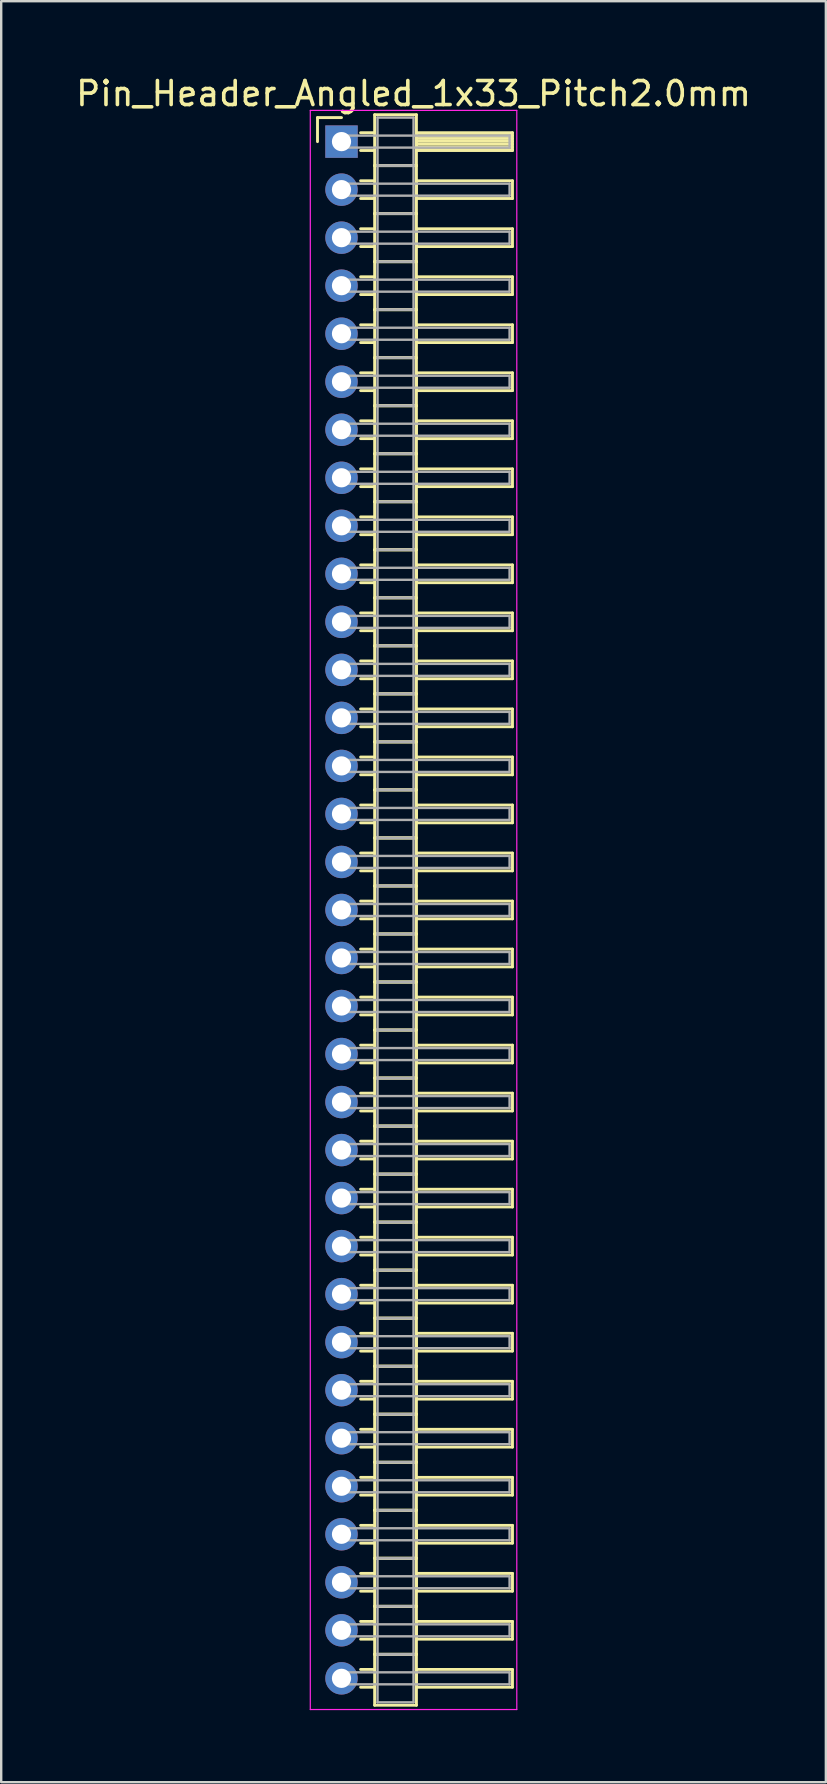
<source format=kicad_pcb>
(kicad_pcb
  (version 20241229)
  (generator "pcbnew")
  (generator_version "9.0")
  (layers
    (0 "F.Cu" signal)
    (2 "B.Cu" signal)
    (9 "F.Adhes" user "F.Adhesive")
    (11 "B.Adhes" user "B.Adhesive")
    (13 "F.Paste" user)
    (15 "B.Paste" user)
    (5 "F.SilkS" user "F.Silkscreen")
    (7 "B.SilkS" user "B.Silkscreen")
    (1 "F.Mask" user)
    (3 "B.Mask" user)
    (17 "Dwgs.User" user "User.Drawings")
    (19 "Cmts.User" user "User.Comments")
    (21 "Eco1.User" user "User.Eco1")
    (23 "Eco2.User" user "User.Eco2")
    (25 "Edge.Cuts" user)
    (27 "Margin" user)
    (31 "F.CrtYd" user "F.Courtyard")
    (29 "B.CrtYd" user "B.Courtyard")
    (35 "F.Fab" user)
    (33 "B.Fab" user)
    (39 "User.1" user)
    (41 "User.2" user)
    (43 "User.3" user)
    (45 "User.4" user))
  (footprint "Pin_Header_Angled_1x33_Pitch2.0mm"
    (layer "F.Cu")
    (at 11.173 2.848)
    (property "Reference" "Pin_Header_Angled_1x33_Pitch2.0mm" (at 3 -2 0) (layer "F.SilkS") (effects (font (size 1 1) (thickness 0.15))))
    (attr through_hole)
    (fp_line (start -1 -1) (end 0 -1) (stroke (width 0.12) (type solid)) (layer "F.SilkS"))
    (fp_line (start -1 0) (end -1 -1) (stroke (width 0.12) (type solid)) (layer "F.SilkS"))
    (fp_line (start 0.795 -0.37) (end 1.38 -0.37) (stroke (width 0.12) (type solid)) (layer "F.SilkS"))
    (fp_line (start 0.795 0.37) (end 1.38 0.37) (stroke (width 0.12) (type solid)) (layer "F.SilkS"))
    (fp_line (start 0.795 1.63) (end 1.38 1.63) (stroke (width 0.12) (type solid)) (layer "F.SilkS"))
    (fp_line (start 0.795 2.37) (end 1.38 2.37) (stroke (width 0.12) (type solid)) (layer "F.SilkS"))
    (fp_line (start 0.795 3.63) (end 1.38 3.63) (stroke (width 0.12) (type solid)) (layer "F.SilkS"))
    (fp_line (start 0.795 4.37) (end 1.38 4.37) (stroke (width 0.12) (type solid)) (layer "F.SilkS"))
    (fp_line (start 0.795 5.63) (end 1.38 5.63) (stroke (width 0.12) (type solid)) (layer "F.SilkS"))
    (fp_line (start 0.795 6.37) (end 1.38 6.37) (stroke (width 0.12) (type solid)) (layer "F.SilkS"))
    (fp_line (start 0.795 7.63) (end 1.38 7.63) (stroke (width 0.12) (type solid)) (layer "F.SilkS"))
    (fp_line (start 0.795 8.37) (end 1.38 8.37) (stroke (width 0.12) (type solid)) (layer "F.SilkS"))
    (fp_line (start 0.795 9.63) (end 1.38 9.63) (stroke (width 0.12) (type solid)) (layer "F.SilkS"))
    (fp_line (start 0.795 10.37) (end 1.38 10.37) (stroke (width 0.12) (type solid)) (layer "F.SilkS"))
    (fp_line (start 0.795 11.63) (end 1.38 11.63) (stroke (width 0.12) (type solid)) (layer "F.SilkS"))
    (fp_line (start 0.795 12.37) (end 1.38 12.37) (stroke (width 0.12) (type solid)) (layer "F.SilkS"))
    (fp_line (start 0.795 13.63) (end 1.38 13.63) (stroke (width 0.12) (type solid)) (layer "F.SilkS"))
    (fp_line (start 0.795 14.37) (end 1.38 14.37) (stroke (width 0.12) (type solid)) (layer "F.SilkS"))
    (fp_line (start 0.795 15.63) (end 1.38 15.63) (stroke (width 0.12) (type solid)) (layer "F.SilkS"))
    (fp_line (start 0.795 16.37) (end 1.38 16.37) (stroke (width 0.12) (type solid)) (layer "F.SilkS"))
    (fp_line (start 0.795 17.63) (end 1.38 17.63) (stroke (width 0.12) (type solid)) (layer "F.SilkS"))
    (fp_line (start 0.795 18.37) (end 1.38 18.37) (stroke (width 0.12) (type solid)) (layer "F.SilkS"))
    (fp_line (start 0.795 19.63) (end 1.38 19.63) (stroke (width 0.12) (type solid)) (layer "F.SilkS"))
    (fp_line (start 0.795 20.37) (end 1.38 20.37) (stroke (width 0.12) (type solid)) (layer "F.SilkS"))
    (fp_line (start 0.795 21.63) (end 1.38 21.63) (stroke (width 0.12) (type solid)) (layer "F.SilkS"))
    (fp_line (start 0.795 22.37) (end 1.38 22.37) (stroke (width 0.12) (type solid)) (layer "F.SilkS"))
    (fp_line (start 0.795 23.63) (end 1.38 23.63) (stroke (width 0.12) (type solid)) (layer "F.SilkS"))
    (fp_line (start 0.795 24.37) (end 1.38 24.37) (stroke (width 0.12) (type solid)) (layer "F.SilkS"))
    (fp_line (start 0.795 25.63) (end 1.38 25.63) (stroke (width 0.12) (type solid)) (layer "F.SilkS"))
    (fp_line (start 0.795 26.37) (end 1.38 26.37) (stroke (width 0.12) (type solid)) (layer "F.SilkS"))
    (fp_line (start 0.795 27.63) (end 1.38 27.63) (stroke (width 0.12) (type solid)) (layer "F.SilkS"))
    (fp_line (start 0.795 28.37) (end 1.38 28.37) (stroke (width 0.12) (type solid)) (layer "F.SilkS"))
    (fp_line (start 0.795 29.63) (end 1.38 29.63) (stroke (width 0.12) (type solid)) (layer "F.SilkS"))
    (fp_line (start 0.795 30.37) (end 1.38 30.37) (stroke (width 0.12) (type solid)) (layer "F.SilkS"))
    (fp_line (start 0.795 31.63) (end 1.38 31.63) (stroke (width 0.12) (type solid)) (layer "F.SilkS"))
    (fp_line (start 0.795 32.37) (end 1.38 32.37) (stroke (width 0.12) (type solid)) (layer "F.SilkS"))
    (fp_line (start 0.795 33.63) (end 1.38 33.63) (stroke (width 0.12) (type solid)) (layer "F.SilkS"))
    (fp_line (start 0.795 34.37) (end 1.38 34.37) (stroke (width 0.12) (type solid)) (layer "F.SilkS"))
    (fp_line (start 0.795 35.63) (end 1.38 35.63) (stroke (width 0.12) (type solid)) (layer "F.SilkS"))
    (fp_line (start 0.795 36.37) (end 1.38 36.37) (stroke (width 0.12) (type solid)) (layer "F.SilkS"))
    (fp_line (start 0.795 37.63) (end 1.38 37.63) (stroke (width 0.12) (type solid)) (layer "F.SilkS"))
    (fp_line (start 0.795 38.37) (end 1.38 38.37) (stroke (width 0.12) (type solid)) (layer "F.SilkS"))
    (fp_line (start 0.795 39.63) (end 1.38 39.63) (stroke (width 0.12) (type solid)) (layer "F.SilkS"))
    (fp_line (start 0.795 40.37) (end 1.38 40.37) (stroke (width 0.12) (type solid)) (layer "F.SilkS"))
    (fp_line (start 0.795 41.63) (end 1.38 41.63) (stroke (width 0.12) (type solid)) (layer "F.SilkS"))
    (fp_line (start 0.795 42.37) (end 1.38 42.37) (stroke (width 0.12) (type solid)) (layer "F.SilkS"))
    (fp_line (start 0.795 43.63) (end 1.38 43.63) (stroke (width 0.12) (type solid)) (layer "F.SilkS"))
    (fp_line (start 0.795 44.37) (end 1.38 44.37) (stroke (width 0.12) (type solid)) (layer "F.SilkS"))
    (fp_line (start 0.795 45.63) (end 1.38 45.63) (stroke (width 0.12) (type solid)) (layer "F.SilkS"))
    (fp_line (start 0.795 46.37) (end 1.38 46.37) (stroke (width 0.12) (type solid)) (layer "F.SilkS"))
    (fp_line (start 0.795 47.63) (end 1.38 47.63) (stroke (width 0.12) (type solid)) (layer "F.SilkS"))
    (fp_line (start 0.795 48.37) (end 1.38 48.37) (stroke (width 0.12) (type solid)) (layer "F.SilkS"))
    (fp_line (start 0.795 49.63) (end 1.38 49.63) (stroke (width 0.12) (type solid)) (layer "F.SilkS"))
    (fp_line (start 0.795 50.37) (end 1.38 50.37) (stroke (width 0.12) (type solid)) (layer "F.SilkS"))
    (fp_line (start 0.795 51.63) (end 1.38 51.63) (stroke (width 0.12) (type solid)) (layer "F.SilkS"))
    (fp_line (start 0.795 52.37) (end 1.38 52.37) (stroke (width 0.12) (type solid)) (layer "F.SilkS"))
    (fp_line (start 0.795 53.63) (end 1.38 53.63) (stroke (width 0.12) (type solid)) (layer "F.SilkS"))
    (fp_line (start 0.795 54.37) (end 1.38 54.37) (stroke (width 0.12) (type solid)) (layer "F.SilkS"))
    (fp_line (start 0.795 55.63) (end 1.38 55.63) (stroke (width 0.12) (type solid)) (layer "F.SilkS"))
    (fp_line (start 0.795 56.37) (end 1.38 56.37) (stroke (width 0.12) (type solid)) (layer "F.SilkS"))
    (fp_line (start 0.795 57.63) (end 1.38 57.63) (stroke (width 0.12) (type solid)) (layer "F.SilkS"))
    (fp_line (start 0.795 58.37) (end 1.38 58.37) (stroke (width 0.12) (type solid)) (layer "F.SilkS"))
    (fp_line (start 0.795 59.63) (end 1.38 59.63) (stroke (width 0.12) (type solid)) (layer "F.SilkS"))
    (fp_line (start 0.795 60.37) (end 1.38 60.37) (stroke (width 0.12) (type solid)) (layer "F.SilkS"))
    (fp_line (start 0.795 61.63) (end 1.38 61.63) (stroke (width 0.12) (type solid)) (layer "F.SilkS"))
    (fp_line (start 0.795 62.37) (end 1.38 62.37) (stroke (width 0.12) (type solid)) (layer "F.SilkS"))
    (fp_line (start 0.795 63.63) (end 1.38 63.63) (stroke (width 0.12) (type solid)) (layer "F.SilkS"))
    (fp_line (start 0.795 64.37) (end 1.38 64.37) (stroke (width 0.12) (type solid)) (layer "F.SilkS"))
    (fp_line (start 1.38 -1.12) (end 1.38 1) (stroke (width 0.12) (type solid)) (layer "F.SilkS"))
    (fp_line (start 1.38 1) (end 1.38 3) (stroke (width 0.12) (type solid)) (layer "F.SilkS"))
    (fp_line (start 1.38 1) (end 3.12 1) (stroke (width 0.12) (type solid)) (layer "F.SilkS"))
    (fp_line (start 1.38 3) (end 1.38 5) (stroke (width 0.12) (type solid)) (layer "F.SilkS"))
    (fp_line (start 1.38 3) (end 3.12 3) (stroke (width 0.12) (type solid)) (layer "F.SilkS"))
    (fp_line (start 1.38 5) (end 1.38 7) (stroke (width 0.12) (type solid)) (layer "F.SilkS"))
    (fp_line (start 1.38 5) (end 3.12 5) (stroke (width 0.12) (type solid)) (layer "F.SilkS"))
    (fp_line (start 1.38 7) (end 1.38 9) (stroke (width 0.12) (type solid)) (layer "F.SilkS"))
    (fp_line (start 1.38 7) (end 3.12 7) (stroke (width 0.12) (type solid)) (layer "F.SilkS"))
    (fp_line (start 1.38 9) (end 1.38 11) (stroke (width 0.12) (type solid)) (layer "F.SilkS"))
    (fp_line (start 1.38 9) (end 3.12 9) (stroke (width 0.12) (type solid)) (layer "F.SilkS"))
    (fp_line (start 1.38 11) (end 1.38 13) (stroke (width 0.12) (type solid)) (layer "F.SilkS"))
    (fp_line (start 1.38 11) (end 3.12 11) (stroke (width 0.12) (type solid)) (layer "F.SilkS"))
    (fp_line (start 1.38 13) (end 1.38 15) (stroke (width 0.12) (type solid)) (layer "F.SilkS"))
    (fp_line (start 1.38 13) (end 3.12 13) (stroke (width 0.12) (type solid)) (layer "F.SilkS"))
    (fp_line (start 1.38 15) (end 1.38 17) (stroke (width 0.12) (type solid)) (layer "F.SilkS"))
    (fp_line (start 1.38 15) (end 3.12 15) (stroke (width 0.12) (type solid)) (layer "F.SilkS"))
    (fp_line (start 1.38 17) (end 1.38 19) (stroke (width 0.12) (type solid)) (layer "F.SilkS"))
    (fp_line (start 1.38 17) (end 3.12 17) (stroke (width 0.12) (type solid)) (layer "F.SilkS"))
    (fp_line (start 1.38 19) (end 1.38 21) (stroke (width 0.12) (type solid)) (layer "F.SilkS"))
    (fp_line (start 1.38 19) (end 3.12 19) (stroke (width 0.12) (type solid)) (layer "F.SilkS"))
    (fp_line (start 1.38 21) (end 1.38 23) (stroke (width 0.12) (type solid)) (layer "F.SilkS"))
    (fp_line (start 1.38 21) (end 3.12 21) (stroke (width 0.12) (type solid)) (layer "F.SilkS"))
    (fp_line (start 1.38 23) (end 1.38 25) (stroke (width 0.12) (type solid)) (layer "F.SilkS"))
    (fp_line (start 1.38 23) (end 3.12 23) (stroke (width 0.12) (type solid)) (layer "F.SilkS"))
    (fp_line (start 1.38 25) (end 1.38 27) (stroke (width 0.12) (type solid)) (layer "F.SilkS"))
    (fp_line (start 1.38 25) (end 3.12 25) (stroke (width 0.12) (type solid)) (layer "F.SilkS"))
    (fp_line (start 1.38 27) (end 1.38 29) (stroke (width 0.12) (type solid)) (layer "F.SilkS"))
    (fp_line (start 1.38 27) (end 3.12 27) (stroke (width 0.12) (type solid)) (layer "F.SilkS"))
    (fp_line (start 1.38 29) (end 1.38 31) (stroke (width 0.12) (type solid)) (layer "F.SilkS"))
    (fp_line (start 1.38 29) (end 3.12 29) (stroke (width 0.12) (type solid)) (layer "F.SilkS"))
    (fp_line (start 1.38 31) (end 1.38 33) (stroke (width 0.12) (type solid)) (layer "F.SilkS"))
    (fp_line (start 1.38 31) (end 3.12 31) (stroke (width 0.12) (type solid)) (layer "F.SilkS"))
    (fp_line (start 1.38 33) (end 1.38 35) (stroke (width 0.12) (type solid)) (layer "F.SilkS"))
    (fp_line (start 1.38 33) (end 3.12 33) (stroke (width 0.12) (type solid)) (layer "F.SilkS"))
    (fp_line (start 1.38 35) (end 1.38 37) (stroke (width 0.12) (type solid)) (layer "F.SilkS"))
    (fp_line (start 1.38 35) (end 3.12 35) (stroke (width 0.12) (type solid)) (layer "F.SilkS"))
    (fp_line (start 1.38 37) (end 1.38 39) (stroke (width 0.12) (type solid)) (layer "F.SilkS"))
    (fp_line (start 1.38 37) (end 3.12 37) (stroke (width 0.12) (type solid)) (layer "F.SilkS"))
    (fp_line (start 1.38 39) (end 1.38 41) (stroke (width 0.12) (type solid)) (layer "F.SilkS"))
    (fp_line (start 1.38 39) (end 3.12 39) (stroke (width 0.12) (type solid)) (layer "F.SilkS"))
    (fp_line (start 1.38 41) (end 1.38 43) (stroke (width 0.12) (type solid)) (layer "F.SilkS"))
    (fp_line (start 1.38 41) (end 3.12 41) (stroke (width 0.12) (type solid)) (layer "F.SilkS"))
    (fp_line (start 1.38 43) (end 1.38 45) (stroke (width 0.12) (type solid)) (layer "F.SilkS"))
    (fp_line (start 1.38 43) (end 3.12 43) (stroke (width 0.12) (type solid)) (layer "F.SilkS"))
    (fp_line (start 1.38 45) (end 1.38 47) (stroke (width 0.12) (type solid)) (layer "F.SilkS"))
    (fp_line (start 1.38 45) (end 3.12 45) (stroke (width 0.12) (type solid)) (layer "F.SilkS"))
    (fp_line (start 1.38 47) (end 1.38 49) (stroke (width 0.12) (type solid)) (layer "F.SilkS"))
    (fp_line (start 1.38 47) (end 3.12 47) (stroke (width 0.12) (type solid)) (layer "F.SilkS"))
    (fp_line (start 1.38 49) (end 1.38 51) (stroke (width 0.12) (type solid)) (layer "F.SilkS"))
    (fp_line (start 1.38 49) (end 3.12 49) (stroke (width 0.12) (type solid)) (layer "F.SilkS"))
    (fp_line (start 1.38 51) (end 1.38 53) (stroke (width 0.12) (type solid)) (layer "F.SilkS"))
    (fp_line (start 1.38 51) (end 3.12 51) (stroke (width 0.12) (type solid)) (layer "F.SilkS"))
    (fp_line (start 1.38 53) (end 1.38 55) (stroke (width 0.12) (type solid)) (layer "F.SilkS"))
    (fp_line (start 1.38 53) (end 3.12 53) (stroke (width 0.12) (type solid)) (layer "F.SilkS"))
    (fp_line (start 1.38 55) (end 1.38 57) (stroke (width 0.12) (type solid)) (layer "F.SilkS"))
    (fp_line (start 1.38 55) (end 3.12 55) (stroke (width 0.12) (type solid)) (layer "F.SilkS"))
    (fp_line (start 1.38 57) (end 1.38 59) (stroke (width 0.12) (type solid)) (layer "F.SilkS"))
    (fp_line (start 1.38 57) (end 3.12 57) (stroke (width 0.12) (type solid)) (layer "F.SilkS"))
    (fp_line (start 1.38 59) (end 1.38 61) (stroke (width 0.12) (type solid)) (layer "F.SilkS"))
    (fp_line (start 1.38 59) (end 3.12 59) (stroke (width 0.12) (type solid)) (layer "F.SilkS"))
    (fp_line (start 1.38 61) (end 1.38 63) (stroke (width 0.12) (type solid)) (layer "F.SilkS"))
    (fp_line (start 1.38 61) (end 3.12 61) (stroke (width 0.12) (type solid)) (layer "F.SilkS"))
    (fp_line (start 1.38 63) (end 1.38 65.12) (stroke (width 0.12) (type solid)) (layer "F.SilkS"))
    (fp_line (start 1.38 63) (end 3.12 63) (stroke (width 0.12) (type solid)) (layer "F.SilkS"))
    (fp_line (start 1.38 65.12) (end 3.12 65.12) (stroke (width 0.12) (type solid)) (layer "F.SilkS"))
    (fp_line (start 3.12 -1.12) (end 1.38 -1.12) (stroke (width 0.12) (type solid)) (layer "F.SilkS"))
    (fp_line (start 3.12 -0.37) (end 3.12 0.37) (stroke (width 0.12) (type solid)) (layer "F.SilkS"))
    (fp_line (start 3.12 -0.25) (end 7.12 -0.25) (stroke (width 0.12) (type solid)) (layer "F.SilkS"))
    (fp_line (start 3.12 -0.13) (end 7.12 -0.13) (stroke (width 0.12) (type solid)) (layer "F.SilkS"))
    (fp_line (start 3.12 -0.01) (end 7.12 -0.01) (stroke (width 0.12) (type solid)) (layer "F.SilkS"))
    (fp_line (start 3.12 0.11) (end 7.12 0.11) (stroke (width 0.12) (type solid)) (layer "F.SilkS"))
    (fp_line (start 3.12 0.23) (end 7.12 0.23) (stroke (width 0.12) (type solid)) (layer "F.SilkS"))
    (fp_line (start 3.12 0.35) (end 7.12 0.35) (stroke (width 0.12) (type solid)) (layer "F.SilkS"))
    (fp_line (start 3.12 0.37) (end 7.12 0.37) (stroke (width 0.12) (type solid)) (layer "F.SilkS"))
    (fp_line (start 3.12 1) (end 1.38 1) (stroke (width 0.12) (type solid)) (layer "F.SilkS"))
    (fp_line (start 3.12 1) (end 3.12 -1.12) (stroke (width 0.12) (type solid)) (layer "F.SilkS"))
    (fp_line (start 3.12 1.63) (end 3.12 2.37) (stroke (width 0.12) (type solid)) (layer "F.SilkS"))
    (fp_line (start 3.12 2.37) (end 7.12 2.37) (stroke (width 0.12) (type solid)) (layer "F.SilkS"))
    (fp_line (start 3.12 3) (end 1.38 3) (stroke (width 0.12) (type solid)) (layer "F.SilkS"))
    (fp_line (start 3.12 3) (end 3.12 1) (stroke (width 0.12) (type solid)) (layer "F.SilkS"))
    (fp_line (start 3.12 3.63) (end 3.12 4.37) (stroke (width 0.12) (type solid)) (layer "F.SilkS"))
    (fp_line (start 3.12 4.37) (end 7.12 4.37) (stroke (width 0.12) (type solid)) (layer "F.SilkS"))
    (fp_line (start 3.12 5) (end 1.38 5) (stroke (width 0.12) (type solid)) (layer "F.SilkS"))
    (fp_line (start 3.12 5) (end 3.12 3) (stroke (width 0.12) (type solid)) (layer "F.SilkS"))
    (fp_line (start 3.12 5.63) (end 3.12 6.37) (stroke (width 0.12) (type solid)) (layer "F.SilkS"))
    (fp_line (start 3.12 6.37) (end 7.12 6.37) (stroke (width 0.12) (type solid)) (layer "F.SilkS"))
    (fp_line (start 3.12 7) (end 1.38 7) (stroke (width 0.12) (type solid)) (layer "F.SilkS"))
    (fp_line (start 3.12 7) (end 3.12 5) (stroke (width 0.12) (type solid)) (layer "F.SilkS"))
    (fp_line (start 3.12 7.63) (end 3.12 8.37) (stroke (width 0.12) (type solid)) (layer "F.SilkS"))
    (fp_line (start 3.12 8.37) (end 7.12 8.37) (stroke (width 0.12) (type solid)) (layer "F.SilkS"))
    (fp_line (start 3.12 9) (end 1.38 9) (stroke (width 0.12) (type solid)) (layer "F.SilkS"))
    (fp_line (start 3.12 9) (end 3.12 7) (stroke (width 0.12) (type solid)) (layer "F.SilkS"))
    (fp_line (start 3.12 9.63) (end 3.12 10.37) (stroke (width 0.12) (type solid)) (layer "F.SilkS"))
    (fp_line (start 3.12 10.37) (end 7.12 10.37) (stroke (width 0.12) (type solid)) (layer "F.SilkS"))
    (fp_line (start 3.12 11) (end 1.38 11) (stroke (width 0.12) (type solid)) (layer "F.SilkS"))
    (fp_line (start 3.12 11) (end 3.12 9) (stroke (width 0.12) (type solid)) (layer "F.SilkS"))
    (fp_line (start 3.12 11.63) (end 3.12 12.37) (stroke (width 0.12) (type solid)) (layer "F.SilkS"))
    (fp_line (start 3.12 12.37) (end 7.12 12.37) (stroke (width 0.12) (type solid)) (layer "F.SilkS"))
    (fp_line (start 3.12 13) (end 1.38 13) (stroke (width 0.12) (type solid)) (layer "F.SilkS"))
    (fp_line (start 3.12 13) (end 3.12 11) (stroke (width 0.12) (type solid)) (layer "F.SilkS"))
    (fp_line (start 3.12 13.63) (end 3.12 14.37) (stroke (width 0.12) (type solid)) (layer "F.SilkS"))
    (fp_line (start 3.12 14.37) (end 7.12 14.37) (stroke (width 0.12) (type solid)) (layer "F.SilkS"))
    (fp_line (start 3.12 15) (end 1.38 15) (stroke (width 0.12) (type solid)) (layer "F.SilkS"))
    (fp_line (start 3.12 15) (end 3.12 13) (stroke (width 0.12) (type solid)) (layer "F.SilkS"))
    (fp_line (start 3.12 15.63) (end 3.12 16.37) (stroke (width 0.12) (type solid)) (layer "F.SilkS"))
    (fp_line (start 3.12 16.37) (end 7.12 16.37) (stroke (width 0.12) (type solid)) (layer "F.SilkS"))
    (fp_line (start 3.12 17) (end 1.38 17) (stroke (width 0.12) (type solid)) (layer "F.SilkS"))
    (fp_line (start 3.12 17) (end 3.12 15) (stroke (width 0.12) (type solid)) (layer "F.SilkS"))
    (fp_line (start 3.12 17.63) (end 3.12 18.37) (stroke (width 0.12) (type solid)) (layer "F.SilkS"))
    (fp_line (start 3.12 18.37) (end 7.12 18.37) (stroke (width 0.12) (type solid)) (layer "F.SilkS"))
    (fp_line (start 3.12 19) (end 1.38 19) (stroke (width 0.12) (type solid)) (layer "F.SilkS"))
    (fp_line (start 3.12 19) (end 3.12 17) (stroke (width 0.12) (type solid)) (layer "F.SilkS"))
    (fp_line (start 3.12 19.63) (end 3.12 20.37) (stroke (width 0.12) (type solid)) (layer "F.SilkS"))
    (fp_line (start 3.12 20.37) (end 7.12 20.37) (stroke (width 0.12) (type solid)) (layer "F.SilkS"))
    (fp_line (start 3.12 21) (end 1.38 21) (stroke (width 0.12) (type solid)) (layer "F.SilkS"))
    (fp_line (start 3.12 21) (end 3.12 19) (stroke (width 0.12) (type solid)) (layer "F.SilkS"))
    (fp_line (start 3.12 21.63) (end 3.12 22.37) (stroke (width 0.12) (type solid)) (layer "F.SilkS"))
    (fp_line (start 3.12 22.37) (end 7.12 22.37) (stroke (width 0.12) (type solid)) (layer "F.SilkS"))
    (fp_line (start 3.12 23) (end 1.38 23) (stroke (width 0.12) (type solid)) (layer "F.SilkS"))
    (fp_line (start 3.12 23) (end 3.12 21) (stroke (width 0.12) (type solid)) (layer "F.SilkS"))
    (fp_line (start 3.12 23.63) (end 3.12 24.37) (stroke (width 0.12) (type solid)) (layer "F.SilkS"))
    (fp_line (start 3.12 24.37) (end 7.12 24.37) (stroke (width 0.12) (type solid)) (layer "F.SilkS"))
    (fp_line (start 3.12 25) (end 1.38 25) (stroke (width 0.12) (type solid)) (layer "F.SilkS"))
    (fp_line (start 3.12 25) (end 3.12 23) (stroke (width 0.12) (type solid)) (layer "F.SilkS"))
    (fp_line (start 3.12 25.63) (end 3.12 26.37) (stroke (width 0.12) (type solid)) (layer "F.SilkS"))
    (fp_line (start 3.12 26.37) (end 7.12 26.37) (stroke (width 0.12) (type solid)) (layer "F.SilkS"))
    (fp_line (start 3.12 27) (end 1.38 27) (stroke (width 0.12) (type solid)) (layer "F.SilkS"))
    (fp_line (start 3.12 27) (end 3.12 25) (stroke (width 0.12) (type solid)) (layer "F.SilkS"))
    (fp_line (start 3.12 27.63) (end 3.12 28.37) (stroke (width 0.12) (type solid)) (layer "F.SilkS"))
    (fp_line (start 3.12 28.37) (end 7.12 28.37) (stroke (width 0.12) (type solid)) (layer "F.SilkS"))
    (fp_line (start 3.12 29) (end 1.38 29) (stroke (width 0.12) (type solid)) (layer "F.SilkS"))
    (fp_line (start 3.12 29) (end 3.12 27) (stroke (width 0.12) (type solid)) (layer "F.SilkS"))
    (fp_line (start 3.12 29.63) (end 3.12 30.37) (stroke (width 0.12) (type solid)) (layer "F.SilkS"))
    (fp_line (start 3.12 30.37) (end 7.12 30.37) (stroke (width 0.12) (type solid)) (layer "F.SilkS"))
    (fp_line (start 3.12 31) (end 1.38 31) (stroke (width 0.12) (type solid)) (layer "F.SilkS"))
    (fp_line (start 3.12 31) (end 3.12 29) (stroke (width 0.12) (type solid)) (layer "F.SilkS"))
    (fp_line (start 3.12 31.63) (end 3.12 32.37) (stroke (width 0.12) (type solid)) (layer "F.SilkS"))
    (fp_line (start 3.12 32.37) (end 7.12 32.37) (stroke (width 0.12) (type solid)) (layer "F.SilkS"))
    (fp_line (start 3.12 33) (end 1.38 33) (stroke (width 0.12) (type solid)) (layer "F.SilkS"))
    (fp_line (start 3.12 33) (end 3.12 31) (stroke (width 0.12) (type solid)) (layer "F.SilkS"))
    (fp_line (start 3.12 33.63) (end 3.12 34.37) (stroke (width 0.12) (type solid)) (layer "F.SilkS"))
    (fp_line (start 3.12 34.37) (end 7.12 34.37) (stroke (width 0.12) (type solid)) (layer "F.SilkS"))
    (fp_line (start 3.12 35) (end 1.38 35) (stroke (width 0.12) (type solid)) (layer "F.SilkS"))
    (fp_line (start 3.12 35) (end 3.12 33) (stroke (width 0.12) (type solid)) (layer "F.SilkS"))
    (fp_line (start 3.12 35.63) (end 3.12 36.37) (stroke (width 0.12) (type solid)) (layer "F.SilkS"))
    (fp_line (start 3.12 36.37) (end 7.12 36.37) (stroke (width 0.12) (type solid)) (layer "F.SilkS"))
    (fp_line (start 3.12 37) (end 1.38 37) (stroke (width 0.12) (type solid)) (layer "F.SilkS"))
    (fp_line (start 3.12 37) (end 3.12 35) (stroke (width 0.12) (type solid)) (layer "F.SilkS"))
    (fp_line (start 3.12 37.63) (end 3.12 38.37) (stroke (width 0.12) (type solid)) (layer "F.SilkS"))
    (fp_line (start 3.12 38.37) (end 7.12 38.37) (stroke (width 0.12) (type solid)) (layer "F.SilkS"))
    (fp_line (start 3.12 39) (end 1.38 39) (stroke (width 0.12) (type solid)) (layer "F.SilkS"))
    (fp_line (start 3.12 39) (end 3.12 37) (stroke (width 0.12) (type solid)) (layer "F.SilkS"))
    (fp_line (start 3.12 39.63) (end 3.12 40.37) (stroke (width 0.12) (type solid)) (layer "F.SilkS"))
    (fp_line (start 3.12 40.37) (end 7.12 40.37) (stroke (width 0.12) (type solid)) (layer "F.SilkS"))
    (fp_line (start 3.12 41) (end 1.38 41) (stroke (width 0.12) (type solid)) (layer "F.SilkS"))
    (fp_line (start 3.12 41) (end 3.12 39) (stroke (width 0.12) (type solid)) (layer "F.SilkS"))
    (fp_line (start 3.12 41.63) (end 3.12 42.37) (stroke (width 0.12) (type solid)) (layer "F.SilkS"))
    (fp_line (start 3.12 42.37) (end 7.12 42.37) (stroke (width 0.12) (type solid)) (layer "F.SilkS"))
    (fp_line (start 3.12 43) (end 1.38 43) (stroke (width 0.12) (type solid)) (layer "F.SilkS"))
    (fp_line (start 3.12 43) (end 3.12 41) (stroke (width 0.12) (type solid)) (layer "F.SilkS"))
    (fp_line (start 3.12 43.63) (end 3.12 44.37) (stroke (width 0.12) (type solid)) (layer "F.SilkS"))
    (fp_line (start 3.12 44.37) (end 7.12 44.37) (stroke (width 0.12) (type solid)) (layer "F.SilkS"))
    (fp_line (start 3.12 45) (end 1.38 45) (stroke (width 0.12) (type solid)) (layer "F.SilkS"))
    (fp_line (start 3.12 45) (end 3.12 43) (stroke (width 0.12) (type solid)) (layer "F.SilkS"))
    (fp_line (start 3.12 45.63) (end 3.12 46.37) (stroke (width 0.12) (type solid)) (layer "F.SilkS"))
    (fp_line (start 3.12 46.37) (end 7.12 46.37) (stroke (width 0.12) (type solid)) (layer "F.SilkS"))
    (fp_line (start 3.12 47) (end 1.38 47) (stroke (width 0.12) (type solid)) (layer "F.SilkS"))
    (fp_line (start 3.12 47) (end 3.12 45) (stroke (width 0.12) (type solid)) (layer "F.SilkS"))
    (fp_line (start 3.12 47.63) (end 3.12 48.37) (stroke (width 0.12) (type solid)) (layer "F.SilkS"))
    (fp_line (start 3.12 48.37) (end 7.12 48.37) (stroke (width 0.12) (type solid)) (layer "F.SilkS"))
    (fp_line (start 3.12 49) (end 1.38 49) (stroke (width 0.12) (type solid)) (layer "F.SilkS"))
    (fp_line (start 3.12 49) (end 3.12 47) (stroke (width 0.12) (type solid)) (layer "F.SilkS"))
    (fp_line (start 3.12 49.63) (end 3.12 50.37) (stroke (width 0.12) (type solid)) (layer "F.SilkS"))
    (fp_line (start 3.12 50.37) (end 7.12 50.37) (stroke (width 0.12) (type solid)) (layer "F.SilkS"))
    (fp_line (start 3.12 51) (end 1.38 51) (stroke (width 0.12) (type solid)) (layer "F.SilkS"))
    (fp_line (start 3.12 51) (end 3.12 49) (stroke (width 0.12) (type solid)) (layer "F.SilkS"))
    (fp_line (start 3.12 51.63) (end 3.12 52.37) (stroke (width 0.12) (type solid)) (layer "F.SilkS"))
    (fp_line (start 3.12 52.37) (end 7.12 52.37) (stroke (width 0.12) (type solid)) (layer "F.SilkS"))
    (fp_line (start 3.12 53) (end 1.38 53) (stroke (width 0.12) (type solid)) (layer "F.SilkS"))
    (fp_line (start 3.12 53) (end 3.12 51) (stroke (width 0.12) (type solid)) (layer "F.SilkS"))
    (fp_line (start 3.12 53.63) (end 3.12 54.37) (stroke (width 0.12) (type solid)) (layer "F.SilkS"))
    (fp_line (start 3.12 54.37) (end 7.12 54.37) (stroke (width 0.12) (type solid)) (layer "F.SilkS"))
    (fp_line (start 3.12 55) (end 1.38 55) (stroke (width 0.12) (type solid)) (layer "F.SilkS"))
    (fp_line (start 3.12 55) (end 3.12 53) (stroke (width 0.12) (type solid)) (layer "F.SilkS"))
    (fp_line (start 3.12 55.63) (end 3.12 56.37) (stroke (width 0.12) (type solid)) (layer "F.SilkS"))
    (fp_line (start 3.12 56.37) (end 7.12 56.37) (stroke (width 0.12) (type solid)) (layer "F.SilkS"))
    (fp_line (start 3.12 57) (end 1.38 57) (stroke (width 0.12) (type solid)) (layer "F.SilkS"))
    (fp_line (start 3.12 57) (end 3.12 55) (stroke (width 0.12) (type solid)) (layer "F.SilkS"))
    (fp_line (start 3.12 57.63) (end 3.12 58.37) (stroke (width 0.12) (type solid)) (layer "F.SilkS"))
    (fp_line (start 3.12 58.37) (end 7.12 58.37) (stroke (width 0.12) (type solid)) (layer "F.SilkS"))
    (fp_line (start 3.12 59) (end 1.38 59) (stroke (width 0.12) (type solid)) (layer "F.SilkS"))
    (fp_line (start 3.12 59) (end 3.12 57) (stroke (width 0.12) (type solid)) (layer "F.SilkS"))
    (fp_line (start 3.12 59.63) (end 3.12 60.37) (stroke (width 0.12) (type solid)) (layer "F.SilkS"))
    (fp_line (start 3.12 60.37) (end 7.12 60.37) (stroke (width 0.12) (type solid)) (layer "F.SilkS"))
    (fp_line (start 3.12 61) (end 1.38 61) (stroke (width 0.12) (type solid)) (layer "F.SilkS"))
    (fp_line (start 3.12 61) (end 3.12 59) (stroke (width 0.12) (type solid)) (layer "F.SilkS"))
    (fp_line (start 3.12 61.63) (end 3.12 62.37) (stroke (width 0.12) (type solid)) (layer "F.SilkS"))
    (fp_line (start 3.12 62.37) (end 7.12 62.37) (stroke (width 0.12) (type solid)) (layer "F.SilkS"))
    (fp_line (start 3.12 63) (end 1.38 63) (stroke (width 0.12) (type solid)) (layer "F.SilkS"))
    (fp_line (start 3.12 63) (end 3.12 61) (stroke (width 0.12) (type solid)) (layer "F.SilkS"))
    (fp_line (start 3.12 63.63) (end 3.12 64.37) (stroke (width 0.12) (type solid)) (layer "F.SilkS"))
    (fp_line (start 3.12 64.37) (end 7.12 64.37) (stroke (width 0.12) (type solid)) (layer "F.SilkS"))
    (fp_line (start 3.12 65.12) (end 3.12 63) (stroke (width 0.12) (type solid)) (layer "F.SilkS"))
    (fp_line (start 7.12 -0.37) (end 3.12 -0.37) (stroke (width 0.12) (type solid)) (layer "F.SilkS"))
    (fp_line (start 7.12 0.37) (end 7.12 -0.37) (stroke (width 0.12) (type solid)) (layer "F.SilkS"))
    (fp_line (start 7.12 1.63) (end 3.12 1.63) (stroke (width 0.12) (type solid)) (layer "F.SilkS"))
    (fp_line (start 7.12 2.37) (end 7.12 1.63) (stroke (width 0.12) (type solid)) (layer "F.SilkS"))
    (fp_line (start 7.12 3.63) (end 3.12 3.63) (stroke (width 0.12) (type solid)) (layer "F.SilkS"))
    (fp_line (start 7.12 4.37) (end 7.12 3.63) (stroke (width 0.12) (type solid)) (layer "F.SilkS"))
    (fp_line (start 7.12 5.63) (end 3.12 5.63) (stroke (width 0.12) (type solid)) (layer "F.SilkS"))
    (fp_line (start 7.12 6.37) (end 7.12 5.63) (stroke (width 0.12) (type solid)) (layer "F.SilkS"))
    (fp_line (start 7.12 7.63) (end 3.12 7.63) (stroke (width 0.12) (type solid)) (layer "F.SilkS"))
    (fp_line (start 7.12 8.37) (end 7.12 7.63) (stroke (width 0.12) (type solid)) (layer "F.SilkS"))
    (fp_line (start 7.12 9.63) (end 3.12 9.63) (stroke (width 0.12) (type solid)) (layer "F.SilkS"))
    (fp_line (start 7.12 10.37) (end 7.12 9.63) (stroke (width 0.12) (type solid)) (layer "F.SilkS"))
    (fp_line (start 7.12 11.63) (end 3.12 11.63) (stroke (width 0.12) (type solid)) (layer "F.SilkS"))
    (fp_line (start 7.12 12.37) (end 7.12 11.63) (stroke (width 0.12) (type solid)) (layer "F.SilkS"))
    (fp_line (start 7.12 13.63) (end 3.12 13.63) (stroke (width 0.12) (type solid)) (layer "F.SilkS"))
    (fp_line (start 7.12 14.37) (end 7.12 13.63) (stroke (width 0.12) (type solid)) (layer "F.SilkS"))
    (fp_line (start 7.12 15.63) (end 3.12 15.63) (stroke (width 0.12) (type solid)) (layer "F.SilkS"))
    (fp_line (start 7.12 16.37) (end 7.12 15.63) (stroke (width 0.12) (type solid)) (layer "F.SilkS"))
    (fp_line (start 7.12 17.63) (end 3.12 17.63) (stroke (width 0.12) (type solid)) (layer "F.SilkS"))
    (fp_line (start 7.12 18.37) (end 7.12 17.63) (stroke (width 0.12) (type solid)) (layer "F.SilkS"))
    (fp_line (start 7.12 19.63) (end 3.12 19.63) (stroke (width 0.12) (type solid)) (layer "F.SilkS"))
    (fp_line (start 7.12 20.37) (end 7.12 19.63) (stroke (width 0.12) (type solid)) (layer "F.SilkS"))
    (fp_line (start 7.12 21.63) (end 3.12 21.63) (stroke (width 0.12) (type solid)) (layer "F.SilkS"))
    (fp_line (start 7.12 22.37) (end 7.12 21.63) (stroke (width 0.12) (type solid)) (layer "F.SilkS"))
    (fp_line (start 7.12 23.63) (end 3.12 23.63) (stroke (width 0.12) (type solid)) (layer "F.SilkS"))
    (fp_line (start 7.12 24.37) (end 7.12 23.63) (stroke (width 0.12) (type solid)) (layer "F.SilkS"))
    (fp_line (start 7.12 25.63) (end 3.12 25.63) (stroke (width 0.12) (type solid)) (layer "F.SilkS"))
    (fp_line (start 7.12 26.37) (end 7.12 25.63) (stroke (width 0.12) (type solid)) (layer "F.SilkS"))
    (fp_line (start 7.12 27.63) (end 3.12 27.63) (stroke (width 0.12) (type solid)) (layer "F.SilkS"))
    (fp_line (start 7.12 28.37) (end 7.12 27.63) (stroke (width 0.12) (type solid)) (layer "F.SilkS"))
    (fp_line (start 7.12 29.63) (end 3.12 29.63) (stroke (width 0.12) (type solid)) (layer "F.SilkS"))
    (fp_line (start 7.12 30.37) (end 7.12 29.63) (stroke (width 0.12) (type solid)) (layer "F.SilkS"))
    (fp_line (start 7.12 31.63) (end 3.12 31.63) (stroke (width 0.12) (type solid)) (layer "F.SilkS"))
    (fp_line (start 7.12 32.37) (end 7.12 31.63) (stroke (width 0.12) (type solid)) (layer "F.SilkS"))
    (fp_line (start 7.12 33.63) (end 3.12 33.63) (stroke (width 0.12) (type solid)) (layer "F.SilkS"))
    (fp_line (start 7.12 34.37) (end 7.12 33.63) (stroke (width 0.12) (type solid)) (layer "F.SilkS"))
    (fp_line (start 7.12 35.63) (end 3.12 35.63) (stroke (width 0.12) (type solid)) (layer "F.SilkS"))
    (fp_line (start 7.12 36.37) (end 7.12 35.63) (stroke (width 0.12) (type solid)) (layer "F.SilkS"))
    (fp_line (start 7.12 37.63) (end 3.12 37.63) (stroke (width 0.12) (type solid)) (layer "F.SilkS"))
    (fp_line (start 7.12 38.37) (end 7.12 37.63) (stroke (width 0.12) (type solid)) (layer "F.SilkS"))
    (fp_line (start 7.12 39.63) (end 3.12 39.63) (stroke (width 0.12) (type solid)) (layer "F.SilkS"))
    (fp_line (start 7.12 40.37) (end 7.12 39.63) (stroke (width 0.12) (type solid)) (layer "F.SilkS"))
    (fp_line (start 7.12 41.63) (end 3.12 41.63) (stroke (width 0.12) (type solid)) (layer "F.SilkS"))
    (fp_line (start 7.12 42.37) (end 7.12 41.63) (stroke (width 0.12) (type solid)) (layer "F.SilkS"))
    (fp_line (start 7.12 43.63) (end 3.12 43.63) (stroke (width 0.12) (type solid)) (layer "F.SilkS"))
    (fp_line (start 7.12 44.37) (end 7.12 43.63) (stroke (width 0.12) (type solid)) (layer "F.SilkS"))
    (fp_line (start 7.12 45.63) (end 3.12 45.63) (stroke (width 0.12) (type solid)) (layer "F.SilkS"))
    (fp_line (start 7.12 46.37) (end 7.12 45.63) (stroke (width 0.12) (type solid)) (layer "F.SilkS"))
    (fp_line (start 7.12 47.63) (end 3.12 47.63) (stroke (width 0.12) (type solid)) (layer "F.SilkS"))
    (fp_line (start 7.12 48.37) (end 7.12 47.63) (stroke (width 0.12) (type solid)) (layer "F.SilkS"))
    (fp_line (start 7.12 49.63) (end 3.12 49.63) (stroke (width 0.12) (type solid)) (layer "F.SilkS"))
    (fp_line (start 7.12 50.37) (end 7.12 49.63) (stroke (width 0.12) (type solid)) (layer "F.SilkS"))
    (fp_line (start 7.12 51.63) (end 3.12 51.63) (stroke (width 0.12) (type solid)) (layer "F.SilkS"))
    (fp_line (start 7.12 52.37) (end 7.12 51.63) (stroke (width 0.12) (type solid)) (layer "F.SilkS"))
    (fp_line (start 7.12 53.63) (end 3.12 53.63) (stroke (width 0.12) (type solid)) (layer "F.SilkS"))
    (fp_line (start 7.12 54.37) (end 7.12 53.63) (stroke (width 0.12) (type solid)) (layer "F.SilkS"))
    (fp_line (start 7.12 55.63) (end 3.12 55.63) (stroke (width 0.12) (type solid)) (layer "F.SilkS"))
    (fp_line (start 7.12 56.37) (end 7.12 55.63) (stroke (width 0.12) (type solid)) (layer "F.SilkS"))
    (fp_line (start 7.12 57.63) (end 3.12 57.63) (stroke (width 0.12) (type solid)) (layer "F.SilkS"))
    (fp_line (start 7.12 58.37) (end 7.12 57.63) (stroke (width 0.12) (type solid)) (layer "F.SilkS"))
    (fp_line (start 7.12 59.63) (end 3.12 59.63) (stroke (width 0.12) (type solid)) (layer "F.SilkS"))
    (fp_line (start 7.12 60.37) (end 7.12 59.63) (stroke (width 0.12) (type solid)) (layer "F.SilkS"))
    (fp_line (start 7.12 61.63) (end 3.12 61.63) (stroke (width 0.12) (type solid)) (layer "F.SilkS"))
    (fp_line (start 7.12 62.37) (end 7.12 61.63) (stroke (width 0.12) (type solid)) (layer "F.SilkS"))
    (fp_line (start 7.12 63.63) (end 3.12 63.63) (stroke (width 0.12) (type solid)) (layer "F.SilkS"))
    (fp_line (start 7.12 64.37) (end 7.12 63.63) (stroke (width 0.12) (type solid)) (layer "F.SilkS"))
    (fp_line (start -1.3 -1.3) (end -1.3 65.3) (stroke (width 0.05) (type solid)) (layer "F.CrtYd"))
    (fp_line (start -1.3 65.3) (end 7.3 65.3) (stroke (width 0.05) (type solid)) (layer "F.CrtYd"))
    (fp_line (start 7.3 -1.3) (end -1.3 -1.3) (stroke (width 0.05) (type solid)) (layer "F.CrtYd"))
    (fp_line (start 7.3 65.3) (end 7.3 -1.3) (stroke (width 0.05) (type solid)) (layer "F.CrtYd"))
    (fp_line (start 0 -0.25) (end 0 0.25) (stroke (width 0.1) (type solid)) (layer "F.Fab"))
    (fp_line (start 0 0.25) (end 7 0.25) (stroke (width 0.1) (type solid)) (layer "F.Fab"))
    (fp_line (start 0 1.75) (end 0 2.25) (stroke (width 0.1) (type solid)) (layer "F.Fab"))
    (fp_line (start 0 2.25) (end 7 2.25) (stroke (width 0.1) (type solid)) (layer "F.Fab"))
    (fp_line (start 0 3.75) (end 0 4.25) (stroke (width 0.1) (type solid)) (layer "F.Fab"))
    (fp_line (start 0 4.25) (end 7 4.25) (stroke (width 0.1) (type solid)) (layer "F.Fab"))
    (fp_line (start 0 5.75) (end 0 6.25) (stroke (width 0.1) (type solid)) (layer "F.Fab"))
    (fp_line (start 0 6.25) (end 7 6.25) (stroke (width 0.1) (type solid)) (layer "F.Fab"))
    (fp_line (start 0 7.75) (end 0 8.25) (stroke (width 0.1) (type solid)) (layer "F.Fab"))
    (fp_line (start 0 8.25) (end 7 8.25) (stroke (width 0.1) (type solid)) (layer "F.Fab"))
    (fp_line (start 0 9.75) (end 0 10.25) (stroke (width 0.1) (type solid)) (layer "F.Fab"))
    (fp_line (start 0 10.25) (end 7 10.25) (stroke (width 0.1) (type solid)) (layer "F.Fab"))
    (fp_line (start 0 11.75) (end 0 12.25) (stroke (width 0.1) (type solid)) (layer "F.Fab"))
    (fp_line (start 0 12.25) (end 7 12.25) (stroke (width 0.1) (type solid)) (layer "F.Fab"))
    (fp_line (start 0 13.75) (end 0 14.25) (stroke (width 0.1) (type solid)) (layer "F.Fab"))
    (fp_line (start 0 14.25) (end 7 14.25) (stroke (width 0.1) (type solid)) (layer "F.Fab"))
    (fp_line (start 0 15.75) (end 0 16.25) (stroke (width 0.1) (type solid)) (layer "F.Fab"))
    (fp_line (start 0 16.25) (end 7 16.25) (stroke (width 0.1) (type solid)) (layer "F.Fab"))
    (fp_line (start 0 17.75) (end 0 18.25) (stroke (width 0.1) (type solid)) (layer "F.Fab"))
    (fp_line (start 0 18.25) (end 7 18.25) (stroke (width 0.1) (type solid)) (layer "F.Fab"))
    (fp_line (start 0 19.75) (end 0 20.25) (stroke (width 0.1) (type solid)) (layer "F.Fab"))
    (fp_line (start 0 20.25) (end 7 20.25) (stroke (width 0.1) (type solid)) (layer "F.Fab"))
    (fp_line (start 0 21.75) (end 0 22.25) (stroke (width 0.1) (type solid)) (layer "F.Fab"))
    (fp_line (start 0 22.25) (end 7 22.25) (stroke (width 0.1) (type solid)) (layer "F.Fab"))
    (fp_line (start 0 23.75) (end 0 24.25) (stroke (width 0.1) (type solid)) (layer "F.Fab"))
    (fp_line (start 0 24.25) (end 7 24.25) (stroke (width 0.1) (type solid)) (layer "F.Fab"))
    (fp_line (start 0 25.75) (end 0 26.25) (stroke (width 0.1) (type solid)) (layer "F.Fab"))
    (fp_line (start 0 26.25) (end 7 26.25) (stroke (width 0.1) (type solid)) (layer "F.Fab"))
    (fp_line (start 0 27.75) (end 0 28.25) (stroke (width 0.1) (type solid)) (layer "F.Fab"))
    (fp_line (start 0 28.25) (end 7 28.25) (stroke (width 0.1) (type solid)) (layer "F.Fab"))
    (fp_line (start 0 29.75) (end 0 30.25) (stroke (width 0.1) (type solid)) (layer "F.Fab"))
    (fp_line (start 0 30.25) (end 7 30.25) (stroke (width 0.1) (type solid)) (layer "F.Fab"))
    (fp_line (start 0 31.75) (end 0 32.25) (stroke (width 0.1) (type solid)) (layer "F.Fab"))
    (fp_line (start 0 32.25) (end 7 32.25) (stroke (width 0.1) (type solid)) (layer "F.Fab"))
    (fp_line (start 0 33.75) (end 0 34.25) (stroke (width 0.1) (type solid)) (layer "F.Fab"))
    (fp_line (start 0 34.25) (end 7 34.25) (stroke (width 0.1) (type solid)) (layer "F.Fab"))
    (fp_line (start 0 35.75) (end 0 36.25) (stroke (width 0.1) (type solid)) (layer "F.Fab"))
    (fp_line (start 0 36.25) (end 7 36.25) (stroke (width 0.1) (type solid)) (layer "F.Fab"))
    (fp_line (start 0 37.75) (end 0 38.25) (stroke (width 0.1) (type solid)) (layer "F.Fab"))
    (fp_line (start 0 38.25) (end 7 38.25) (stroke (width 0.1) (type solid)) (layer "F.Fab"))
    (fp_line (start 0 39.75) (end 0 40.25) (stroke (width 0.1) (type solid)) (layer "F.Fab"))
    (fp_line (start 0 40.25) (end 7 40.25) (stroke (width 0.1) (type solid)) (layer "F.Fab"))
    (fp_line (start 0 41.75) (end 0 42.25) (stroke (width 0.1) (type solid)) (layer "F.Fab"))
    (fp_line (start 0 42.25) (end 7 42.25) (stroke (width 0.1) (type solid)) (layer "F.Fab"))
    (fp_line (start 0 43.75) (end 0 44.25) (stroke (width 0.1) (type solid)) (layer "F.Fab"))
    (fp_line (start 0 44.25) (end 7 44.25) (stroke (width 0.1) (type solid)) (layer "F.Fab"))
    (fp_line (start 0 45.75) (end 0 46.25) (stroke (width 0.1) (type solid)) (layer "F.Fab"))
    (fp_line (start 0 46.25) (end 7 46.25) (stroke (width 0.1) (type solid)) (layer "F.Fab"))
    (fp_line (start 0 47.75) (end 0 48.25) (stroke (width 0.1) (type solid)) (layer "F.Fab"))
    (fp_line (start 0 48.25) (end 7 48.25) (stroke (width 0.1) (type solid)) (layer "F.Fab"))
    (fp_line (start 0 49.75) (end 0 50.25) (stroke (width 0.1) (type solid)) (layer "F.Fab"))
    (fp_line (start 0 50.25) (end 7 50.25) (stroke (width 0.1) (type solid)) (layer "F.Fab"))
    (fp_line (start 0 51.75) (end 0 52.25) (stroke (width 0.1) (type solid)) (layer "F.Fab"))
    (fp_line (start 0 52.25) (end 7 52.25) (stroke (width 0.1) (type solid)) (layer "F.Fab"))
    (fp_line (start 0 53.75) (end 0 54.25) (stroke (width 0.1) (type solid)) (layer "F.Fab"))
    (fp_line (start 0 54.25) (end 7 54.25) (stroke (width 0.1) (type solid)) (layer "F.Fab"))
    (fp_line (start 0 55.75) (end 0 56.25) (stroke (width 0.1) (type solid)) (layer "F.Fab"))
    (fp_line (start 0 56.25) (end 7 56.25) (stroke (width 0.1) (type solid)) (layer "F.Fab"))
    (fp_line (start 0 57.75) (end 0 58.25) (stroke (width 0.1) (type solid)) (layer "F.Fab"))
    (fp_line (start 0 58.25) (end 7 58.25) (stroke (width 0.1) (type solid)) (layer "F.Fab"))
    (fp_line (start 0 59.75) (end 0 60.25) (stroke (width 0.1) (type solid)) (layer "F.Fab"))
    (fp_line (start 0 60.25) (end 7 60.25) (stroke (width 0.1) (type solid)) (layer "F.Fab"))
    (fp_line (start 0 61.75) (end 0 62.25) (stroke (width 0.1) (type solid)) (layer "F.Fab"))
    (fp_line (start 0 62.25) (end 7 62.25) (stroke (width 0.1) (type solid)) (layer "F.Fab"))
    (fp_line (start 0 63.75) (end 0 64.25) (stroke (width 0.1) (type solid)) (layer "F.Fab"))
    (fp_line (start 0 64.25) (end 7 64.25) (stroke (width 0.1) (type solid)) (layer "F.Fab"))
    (fp_line (start 1.5 -1) (end 1.5 1) (stroke (width 0.1) (type solid)) (layer "F.Fab"))
    (fp_line (start 1.5 1) (end 1.5 3) (stroke (width 0.1) (type solid)) (layer "F.Fab"))
    (fp_line (start 1.5 1) (end 3 1) (stroke (width 0.1) (type solid)) (layer "F.Fab"))
    (fp_line (start 1.5 3) (end 1.5 5) (stroke (width 0.1) (type solid)) (layer "F.Fab"))
    (fp_line (start 1.5 3) (end 3 3) (stroke (width 0.1) (type solid)) (layer "F.Fab"))
    (fp_line (start 1.5 5) (end 1.5 7) (stroke (width 0.1) (type solid)) (layer "F.Fab"))
    (fp_line (start 1.5 5) (end 3 5) (stroke (width 0.1) (type solid)) (layer "F.Fab"))
    (fp_line (start 1.5 7) (end 1.5 9) (stroke (width 0.1) (type solid)) (layer "F.Fab"))
    (fp_line (start 1.5 7) (end 3 7) (stroke (width 0.1) (type solid)) (layer "F.Fab"))
    (fp_line (start 1.5 9) (end 1.5 11) (stroke (width 0.1) (type solid)) (layer "F.Fab"))
    (fp_line (start 1.5 9) (end 3 9) (stroke (width 0.1) (type solid)) (layer "F.Fab"))
    (fp_line (start 1.5 11) (end 1.5 13) (stroke (width 0.1) (type solid)) (layer "F.Fab"))
    (fp_line (start 1.5 11) (end 3 11) (stroke (width 0.1) (type solid)) (layer "F.Fab"))
    (fp_line (start 1.5 13) (end 1.5 15) (stroke (width 0.1) (type solid)) (layer "F.Fab"))
    (fp_line (start 1.5 13) (end 3 13) (stroke (width 0.1) (type solid)) (layer "F.Fab"))
    (fp_line (start 1.5 15) (end 1.5 17) (stroke (width 0.1) (type solid)) (layer "F.Fab"))
    (fp_line (start 1.5 15) (end 3 15) (stroke (width 0.1) (type solid)) (layer "F.Fab"))
    (fp_line (start 1.5 17) (end 1.5 19) (stroke (width 0.1) (type solid)) (layer "F.Fab"))
    (fp_line (start 1.5 17) (end 3 17) (stroke (width 0.1) (type solid)) (layer "F.Fab"))
    (fp_line (start 1.5 19) (end 1.5 21) (stroke (width 0.1) (type solid)) (layer "F.Fab"))
    (fp_line (start 1.5 19) (end 3 19) (stroke (width 0.1) (type solid)) (layer "F.Fab"))
    (fp_line (start 1.5 21) (end 1.5 23) (stroke (width 0.1) (type solid)) (layer "F.Fab"))
    (fp_line (start 1.5 21) (end 3 21) (stroke (width 0.1) (type solid)) (layer "F.Fab"))
    (fp_line (start 1.5 23) (end 1.5 25) (stroke (width 0.1) (type solid)) (layer "F.Fab"))
    (fp_line (start 1.5 23) (end 3 23) (stroke (width 0.1) (type solid)) (layer "F.Fab"))
    (fp_line (start 1.5 25) (end 1.5 27) (stroke (width 0.1) (type solid)) (layer "F.Fab"))
    (fp_line (start 1.5 25) (end 3 25) (stroke (width 0.1) (type solid)) (layer "F.Fab"))
    (fp_line (start 1.5 27) (end 1.5 29) (stroke (width 0.1) (type solid)) (layer "F.Fab"))
    (fp_line (start 1.5 27) (end 3 27) (stroke (width 0.1) (type solid)) (layer "F.Fab"))
    (fp_line (start 1.5 29) (end 1.5 31) (stroke (width 0.1) (type solid)) (layer "F.Fab"))
    (fp_line (start 1.5 29) (end 3 29) (stroke (width 0.1) (type solid)) (layer "F.Fab"))
    (fp_line (start 1.5 31) (end 1.5 33) (stroke (width 0.1) (type solid)) (layer "F.Fab"))
    (fp_line (start 1.5 31) (end 3 31) (stroke (width 0.1) (type solid)) (layer "F.Fab"))
    (fp_line (start 1.5 33) (end 1.5 35) (stroke (width 0.1) (type solid)) (layer "F.Fab"))
    (fp_line (start 1.5 33) (end 3 33) (stroke (width 0.1) (type solid)) (layer "F.Fab"))
    (fp_line (start 1.5 35) (end 1.5 37) (stroke (width 0.1) (type solid)) (layer "F.Fab"))
    (fp_line (start 1.5 35) (end 3 35) (stroke (width 0.1) (type solid)) (layer "F.Fab"))
    (fp_line (start 1.5 37) (end 1.5 39) (stroke (width 0.1) (type solid)) (layer "F.Fab"))
    (fp_line (start 1.5 37) (end 3 37) (stroke (width 0.1) (type solid)) (layer "F.Fab"))
    (fp_line (start 1.5 39) (end 1.5 41) (stroke (width 0.1) (type solid)) (layer "F.Fab"))
    (fp_line (start 1.5 39) (end 3 39) (stroke (width 0.1) (type solid)) (layer "F.Fab"))
    (fp_line (start 1.5 41) (end 1.5 43) (stroke (width 0.1) (type solid)) (layer "F.Fab"))
    (fp_line (start 1.5 41) (end 3 41) (stroke (width 0.1) (type solid)) (layer "F.Fab"))
    (fp_line (start 1.5 43) (end 1.5 45) (stroke (width 0.1) (type solid)) (layer "F.Fab"))
    (fp_line (start 1.5 43) (end 3 43) (stroke (width 0.1) (type solid)) (layer "F.Fab"))
    (fp_line (start 1.5 45) (end 1.5 47) (stroke (width 0.1) (type solid)) (layer "F.Fab"))
    (fp_line (start 1.5 45) (end 3 45) (stroke (width 0.1) (type solid)) (layer "F.Fab"))
    (fp_line (start 1.5 47) (end 1.5 49) (stroke (width 0.1) (type solid)) (layer "F.Fab"))
    (fp_line (start 1.5 47) (end 3 47) (stroke (width 0.1) (type solid)) (layer "F.Fab"))
    (fp_line (start 1.5 49) (end 1.5 51) (stroke (width 0.1) (type solid)) (layer "F.Fab"))
    (fp_line (start 1.5 49) (end 3 49) (stroke (width 0.1) (type solid)) (layer "F.Fab"))
    (fp_line (start 1.5 51) (end 1.5 53) (stroke (width 0.1) (type solid)) (layer "F.Fab"))
    (fp_line (start 1.5 51) (end 3 51) (stroke (width 0.1) (type solid)) (layer "F.Fab"))
    (fp_line (start 1.5 53) (end 1.5 55) (stroke (width 0.1) (type solid)) (layer "F.Fab"))
    (fp_line (start 1.5 53) (end 3 53) (stroke (width 0.1) (type solid)) (layer "F.Fab"))
    (fp_line (start 1.5 55) (end 1.5 57) (stroke (width 0.1) (type solid)) (layer "F.Fab"))
    (fp_line (start 1.5 55) (end 3 55) (stroke (width 0.1) (type solid)) (layer "F.Fab"))
    (fp_line (start 1.5 57) (end 1.5 59) (stroke (width 0.1) (type solid)) (layer "F.Fab"))
    (fp_line (start 1.5 57) (end 3 57) (stroke (width 0.1) (type solid)) (layer "F.Fab"))
    (fp_line (start 1.5 59) (end 1.5 61) (stroke (width 0.1) (type solid)) (layer "F.Fab"))
    (fp_line (start 1.5 59) (end 3 59) (stroke (width 0.1) (type solid)) (layer "F.Fab"))
    (fp_line (start 1.5 61) (end 1.5 63) (stroke (width 0.1) (type solid)) (layer "F.Fab"))
    (fp_line (start 1.5 61) (end 3 61) (stroke (width 0.1) (type solid)) (layer "F.Fab"))
    (fp_line (start 1.5 63) (end 1.5 65) (stroke (width 0.1) (type solid)) (layer "F.Fab"))
    (fp_line (start 1.5 63) (end 3 63) (stroke (width 0.1) (type solid)) (layer "F.Fab"))
    (fp_line (start 1.5 65) (end 3 65) (stroke (width 0.1) (type solid)) (layer "F.Fab"))
    (fp_line (start 3 -1) (end 1.5 -1) (stroke (width 0.1) (type solid)) (layer "F.Fab"))
    (fp_line (start 3 1) (end 1.5 1) (stroke (width 0.1) (type solid)) (layer "F.Fab"))
    (fp_line (start 3 1) (end 3 -1) (stroke (width 0.1) (type solid)) (layer "F.Fab"))
    (fp_line (start 3 3) (end 1.5 3) (stroke (width 0.1) (type solid)) (layer "F.Fab"))
    (fp_line (start 3 3) (end 3 1) (stroke (width 0.1) (type solid)) (layer "F.Fab"))
    (fp_line (start 3 5) (end 1.5 5) (stroke (width 0.1) (type solid)) (layer "F.Fab"))
    (fp_line (start 3 5) (end 3 3) (stroke (width 0.1) (type solid)) (layer "F.Fab"))
    (fp_line (start 3 7) (end 1.5 7) (stroke (width 0.1) (type solid)) (layer "F.Fab"))
    (fp_line (start 3 7) (end 3 5) (stroke (width 0.1) (type solid)) (layer "F.Fab"))
    (fp_line (start 3 9) (end 1.5 9) (stroke (width 0.1) (type solid)) (layer "F.Fab"))
    (fp_line (start 3 9) (end 3 7) (stroke (width 0.1) (type solid)) (layer "F.Fab"))
    (fp_line (start 3 11) (end 1.5 11) (stroke (width 0.1) (type solid)) (layer "F.Fab"))
    (fp_line (start 3 11) (end 3 9) (stroke (width 0.1) (type solid)) (layer "F.Fab"))
    (fp_line (start 3 13) (end 1.5 13) (stroke (width 0.1) (type solid)) (layer "F.Fab"))
    (fp_line (start 3 13) (end 3 11) (stroke (width 0.1) (type solid)) (layer "F.Fab"))
    (fp_line (start 3 15) (end 1.5 15) (stroke (width 0.1) (type solid)) (layer "F.Fab"))
    (fp_line (start 3 15) (end 3 13) (stroke (width 0.1) (type solid)) (layer "F.Fab"))
    (fp_line (start 3 17) (end 1.5 17) (stroke (width 0.1) (type solid)) (layer "F.Fab"))
    (fp_line (start 3 17) (end 3 15) (stroke (width 0.1) (type solid)) (layer "F.Fab"))
    (fp_line (start 3 19) (end 1.5 19) (stroke (width 0.1) (type solid)) (layer "F.Fab"))
    (fp_line (start 3 19) (end 3 17) (stroke (width 0.1) (type solid)) (layer "F.Fab"))
    (fp_line (start 3 21) (end 1.5 21) (stroke (width 0.1) (type solid)) (layer "F.Fab"))
    (fp_line (start 3 21) (end 3 19) (stroke (width 0.1) (type solid)) (layer "F.Fab"))
    (fp_line (start 3 23) (end 1.5 23) (stroke (width 0.1) (type solid)) (layer "F.Fab"))
    (fp_line (start 3 23) (end 3 21) (stroke (width 0.1) (type solid)) (layer "F.Fab"))
    (fp_line (start 3 25) (end 1.5 25) (stroke (width 0.1) (type solid)) (layer "F.Fab"))
    (fp_line (start 3 25) (end 3 23) (stroke (width 0.1) (type solid)) (layer "F.Fab"))
    (fp_line (start 3 27) (end 1.5 27) (stroke (width 0.1) (type solid)) (layer "F.Fab"))
    (fp_line (start 3 27) (end 3 25) (stroke (width 0.1) (type solid)) (layer "F.Fab"))
    (fp_line (start 3 29) (end 1.5 29) (stroke (width 0.1) (type solid)) (layer "F.Fab"))
    (fp_line (start 3 29) (end 3 27) (stroke (width 0.1) (type solid)) (layer "F.Fab"))
    (fp_line (start 3 31) (end 1.5 31) (stroke (width 0.1) (type solid)) (layer "F.Fab"))
    (fp_line (start 3 31) (end 3 29) (stroke (width 0.1) (type solid)) (layer "F.Fab"))
    (fp_line (start 3 33) (end 1.5 33) (stroke (width 0.1) (type solid)) (layer "F.Fab"))
    (fp_line (start 3 33) (end 3 31) (stroke (width 0.1) (type solid)) (layer "F.Fab"))
    (fp_line (start 3 35) (end 1.5 35) (stroke (width 0.1) (type solid)) (layer "F.Fab"))
    (fp_line (start 3 35) (end 3 33) (stroke (width 0.1) (type solid)) (layer "F.Fab"))
    (fp_line (start 3 37) (end 1.5 37) (stroke (width 0.1) (type solid)) (layer "F.Fab"))
    (fp_line (start 3 37) (end 3 35) (stroke (width 0.1) (type solid)) (layer "F.Fab"))
    (fp_line (start 3 39) (end 1.5 39) (stroke (width 0.1) (type solid)) (layer "F.Fab"))
    (fp_line (start 3 39) (end 3 37) (stroke (width 0.1) (type solid)) (layer "F.Fab"))
    (fp_line (start 3 41) (end 1.5 41) (stroke (width 0.1) (type solid)) (layer "F.Fab"))
    (fp_line (start 3 41) (end 3 39) (stroke (width 0.1) (type solid)) (layer "F.Fab"))
    (fp_line (start 3 43) (end 1.5 43) (stroke (width 0.1) (type solid)) (layer "F.Fab"))
    (fp_line (start 3 43) (end 3 41) (stroke (width 0.1) (type solid)) (layer "F.Fab"))
    (fp_line (start 3 45) (end 1.5 45) (stroke (width 0.1) (type solid)) (layer "F.Fab"))
    (fp_line (start 3 45) (end 3 43) (stroke (width 0.1) (type solid)) (layer "F.Fab"))
    (fp_line (start 3 47) (end 1.5 47) (stroke (width 0.1) (type solid)) (layer "F.Fab"))
    (fp_line (start 3 47) (end 3 45) (stroke (width 0.1) (type solid)) (layer "F.Fab"))
    (fp_line (start 3 49) (end 1.5 49) (stroke (width 0.1) (type solid)) (layer "F.Fab"))
    (fp_line (start 3 49) (end 3 47) (stroke (width 0.1) (type solid)) (layer "F.Fab"))
    (fp_line (start 3 51) (end 1.5 51) (stroke (width 0.1) (type solid)) (layer "F.Fab"))
    (fp_line (start 3 51) (end 3 49) (stroke (width 0.1) (type solid)) (layer "F.Fab"))
    (fp_line (start 3 53) (end 1.5 53) (stroke (width 0.1) (type solid)) (layer "F.Fab"))
    (fp_line (start 3 53) (end 3 51) (stroke (width 0.1) (type solid)) (layer "F.Fab"))
    (fp_line (start 3 55) (end 1.5 55) (stroke (width 0.1) (type solid)) (layer "F.Fab"))
    (fp_line (start 3 55) (end 3 53) (stroke (width 0.1) (type solid)) (layer "F.Fab"))
    (fp_line (start 3 57) (end 1.5 57) (stroke (width 0.1) (type solid)) (layer "F.Fab"))
    (fp_line (start 3 57) (end 3 55) (stroke (width 0.1) (type solid)) (layer "F.Fab"))
    (fp_line (start 3 59) (end 1.5 59) (stroke (width 0.1) (type solid)) (layer "F.Fab"))
    (fp_line (start 3 59) (end 3 57) (stroke (width 0.1) (type solid)) (layer "F.Fab"))
    (fp_line (start 3 61) (end 1.5 61) (stroke (width 0.1) (type solid)) (layer "F.Fab"))
    (fp_line (start 3 61) (end 3 59) (stroke (width 0.1) (type solid)) (layer "F.Fab"))
    (fp_line (start 3 63) (end 1.5 63) (stroke (width 0.1) (type solid)) (layer "F.Fab"))
    (fp_line (start 3 63) (end 3 61) (stroke (width 0.1) (type solid)) (layer "F.Fab"))
    (fp_line (start 3 65) (end 3 63) (stroke (width 0.1) (type solid)) (layer "F.Fab"))
    (fp_line (start 7 -0.25) (end 0 -0.25) (stroke (width 0.1) (type solid)) (layer "F.Fab"))
    (fp_line (start 7 0.25) (end 7 -0.25) (stroke (width 0.1) (type solid)) (layer "F.Fab"))
    (fp_line (start 7 1.75) (end 0 1.75) (stroke (width 0.1) (type solid)) (layer "F.Fab"))
    (fp_line (start 7 2.25) (end 7 1.75) (stroke (width 0.1) (type solid)) (layer "F.Fab"))
    (fp_line (start 7 3.75) (end 0 3.75) (stroke (width 0.1) (type solid)) (layer "F.Fab"))
    (fp_line (start 7 4.25) (end 7 3.75) (stroke (width 0.1) (type solid)) (layer "F.Fab"))
    (fp_line (start 7 5.75) (end 0 5.75) (stroke (width 0.1) (type solid)) (layer "F.Fab"))
    (fp_line (start 7 6.25) (end 7 5.75) (stroke (width 0.1) (type solid)) (layer "F.Fab"))
    (fp_line (start 7 7.75) (end 0 7.75) (stroke (width 0.1) (type solid)) (layer "F.Fab"))
    (fp_line (start 7 8.25) (end 7 7.75) (stroke (width 0.1) (type solid)) (layer "F.Fab"))
    (fp_line (start 7 9.75) (end 0 9.75) (stroke (width 0.1) (type solid)) (layer "F.Fab"))
    (fp_line (start 7 10.25) (end 7 9.75) (stroke (width 0.1) (type solid)) (layer "F.Fab"))
    (fp_line (start 7 11.75) (end 0 11.75) (stroke (width 0.1) (type solid)) (layer "F.Fab"))
    (fp_line (start 7 12.25) (end 7 11.75) (stroke (width 0.1) (type solid)) (layer "F.Fab"))
    (fp_line (start 7 13.75) (end 0 13.75) (stroke (width 0.1) (type solid)) (layer "F.Fab"))
    (fp_line (start 7 14.25) (end 7 13.75) (stroke (width 0.1) (type solid)) (layer "F.Fab"))
    (fp_line (start 7 15.75) (end 0 15.75) (stroke (width 0.1) (type solid)) (layer "F.Fab"))
    (fp_line (start 7 16.25) (end 7 15.75) (stroke (width 0.1) (type solid)) (layer "F.Fab"))
    (fp_line (start 7 17.75) (end 0 17.75) (stroke (width 0.1) (type solid)) (layer "F.Fab"))
    (fp_line (start 7 18.25) (end 7 17.75) (stroke (width 0.1) (type solid)) (layer "F.Fab"))
    (fp_line (start 7 19.75) (end 0 19.75) (stroke (width 0.1) (type solid)) (layer "F.Fab"))
    (fp_line (start 7 20.25) (end 7 19.75) (stroke (width 0.1) (type solid)) (layer "F.Fab"))
    (fp_line (start 7 21.75) (end 0 21.75) (stroke (width 0.1) (type solid)) (layer "F.Fab"))
    (fp_line (start 7 22.25) (end 7 21.75) (stroke (width 0.1) (type solid)) (layer "F.Fab"))
    (fp_line (start 7 23.75) (end 0 23.75) (stroke (width 0.1) (type solid)) (layer "F.Fab"))
    (fp_line (start 7 24.25) (end 7 23.75) (stroke (width 0.1) (type solid)) (layer "F.Fab"))
    (fp_line (start 7 25.75) (end 0 25.75) (stroke (width 0.1) (type solid)) (layer "F.Fab"))
    (fp_line (start 7 26.25) (end 7 25.75) (stroke (width 0.1) (type solid)) (layer "F.Fab"))
    (fp_line (start 7 27.75) (end 0 27.75) (stroke (width 0.1) (type solid)) (layer "F.Fab"))
    (fp_line (start 7 28.25) (end 7 27.75) (stroke (width 0.1) (type solid)) (layer "F.Fab"))
    (fp_line (start 7 29.75) (end 0 29.75) (stroke (width 0.1) (type solid)) (layer "F.Fab"))
    (fp_line (start 7 30.25) (end 7 29.75) (stroke (width 0.1) (type solid)) (layer "F.Fab"))
    (fp_line (start 7 31.75) (end 0 31.75) (stroke (width 0.1) (type solid)) (layer "F.Fab"))
    (fp_line (start 7 32.25) (end 7 31.75) (stroke (width 0.1) (type solid)) (layer "F.Fab"))
    (fp_line (start 7 33.75) (end 0 33.75) (stroke (width 0.1) (type solid)) (layer "F.Fab"))
    (fp_line (start 7 34.25) (end 7 33.75) (stroke (width 0.1) (type solid)) (layer "F.Fab"))
    (fp_line (start 7 35.75) (end 0 35.75) (stroke (width 0.1) (type solid)) (layer "F.Fab"))
    (fp_line (start 7 36.25) (end 7 35.75) (stroke (width 0.1) (type solid)) (layer "F.Fab"))
    (fp_line (start 7 37.75) (end 0 37.75) (stroke (width 0.1) (type solid)) (layer "F.Fab"))
    (fp_line (start 7 38.25) (end 7 37.75) (stroke (width 0.1) (type solid)) (layer "F.Fab"))
    (fp_line (start 7 39.75) (end 0 39.75) (stroke (width 0.1) (type solid)) (layer "F.Fab"))
    (fp_line (start 7 40.25) (end 7 39.75) (stroke (width 0.1) (type solid)) (layer "F.Fab"))
    (fp_line (start 7 41.75) (end 0 41.75) (stroke (width 0.1) (type solid)) (layer "F.Fab"))
    (fp_line (start 7 42.25) (end 7 41.75) (stroke (width 0.1) (type solid)) (layer "F.Fab"))
    (fp_line (start 7 43.75) (end 0 43.75) (stroke (width 0.1) (type solid)) (layer "F.Fab"))
    (fp_line (start 7 44.25) (end 7 43.75) (stroke (width 0.1) (type solid)) (layer "F.Fab"))
    (fp_line (start 7 45.75) (end 0 45.75) (stroke (width 0.1) (type solid)) (layer "F.Fab"))
    (fp_line (start 7 46.25) (end 7 45.75) (stroke (width 0.1) (type solid)) (layer "F.Fab"))
    (fp_line (start 7 47.75) (end 0 47.75) (stroke (width 0.1) (type solid)) (layer "F.Fab"))
    (fp_line (start 7 48.25) (end 7 47.75) (stroke (width 0.1) (type solid)) (layer "F.Fab"))
    (fp_line (start 7 49.75) (end 0 49.75) (stroke (width 0.1) (type solid)) (layer "F.Fab"))
    (fp_line (start 7 50.25) (end 7 49.75) (stroke (width 0.1) (type solid)) (layer "F.Fab"))
    (fp_line (start 7 51.75) (end 0 51.75) (stroke (width 0.1) (type solid)) (layer "F.Fab"))
    (fp_line (start 7 52.25) (end 7 51.75) (stroke (width 0.1) (type solid)) (layer "F.Fab"))
    (fp_line (start 7 53.75) (end 0 53.75) (stroke (width 0.1) (type solid)) (layer "F.Fab"))
    (fp_line (start 7 54.25) (end 7 53.75) (stroke (width 0.1) (type solid)) (layer "F.Fab"))
    (fp_line (start 7 55.75) (end 0 55.75) (stroke (width 0.1) (type solid)) (layer "F.Fab"))
    (fp_line (start 7 56.25) (end 7 55.75) (stroke (width 0.1) (type solid)) (layer "F.Fab"))
    (fp_line (start 7 57.75) (end 0 57.75) (stroke (width 0.1) (type solid)) (layer "F.Fab"))
    (fp_line (start 7 58.25) (end 7 57.75) (stroke (width 0.1) (type solid)) (layer "F.Fab"))
    (fp_line (start 7 59.75) (end 0 59.75) (stroke (width 0.1) (type solid)) (layer "F.Fab"))
    (fp_line (start 7 60.25) (end 7 59.75) (stroke (width 0.1) (type solid)) (layer "F.Fab"))
    (fp_line (start 7 61.75) (end 0 61.75) (stroke (width 0.1) (type solid)) (layer "F.Fab"))
    (fp_line (start 7 62.25) (end 7 61.75) (stroke (width 0.1) (type solid)) (layer "F.Fab"))
    (fp_line (start 7 63.75) (end 0 63.75) (stroke (width 0.1) (type solid)) (layer "F.Fab"))
    (fp_line (start 7 64.25) (end 7 63.75) (stroke (width 0.1) (type solid)) (layer "F.Fab"))
    (pad "1" thru_hole rect (at 0 0) (size 1.35 1.35) (drill 0.8) (layers "*.Cu" "*.Mask"))
    (pad "2" thru_hole oval (at 0 2) (size 1.35 1.35) (drill 0.8) (layers "*.Cu" "*.Mask"))
    (pad "3" thru_hole oval (at 0 4) (size 1.35 1.35) (drill 0.8) (layers "*.Cu" "*.Mask"))
    (pad "4" thru_hole oval (at 0 6) (size 1.35 1.35) (drill 0.8) (layers "*.Cu" "*.Mask"))
    (pad "5" thru_hole oval (at 0 8) (size 1.35 1.35) (drill 0.8) (layers "*.Cu" "*.Mask"))
    (pad "6" thru_hole oval (at 0 10) (size 1.35 1.35) (drill 0.8) (layers "*.Cu" "*.Mask"))
    (pad "7" thru_hole oval (at 0 12) (size 1.35 1.35) (drill 0.8) (layers "*.Cu" "*.Mask"))
    (pad "8" thru_hole oval (at 0 14) (size 1.35 1.35) (drill 0.8) (layers "*.Cu" "*.Mask"))
    (pad "9" thru_hole oval (at 0 16) (size 1.35 1.35) (drill 0.8) (layers "*.Cu" "*.Mask"))
    (pad "10" thru_hole oval (at 0 18) (size 1.35 1.35) (drill 0.8) (layers "*.Cu" "*.Mask"))
    (pad "11" thru_hole oval (at 0 20) (size 1.35 1.35) (drill 0.8) (layers "*.Cu" "*.Mask"))
    (pad "12" thru_hole oval (at 0 22) (size 1.35 1.35) (drill 0.8) (layers "*.Cu" "*.Mask"))
    (pad "13" thru_hole oval (at 0 24) (size 1.35 1.35) (drill 0.8) (layers "*.Cu" "*.Mask"))
    (pad "14" thru_hole oval (at 0 26) (size 1.35 1.35) (drill 0.8) (layers "*.Cu" "*.Mask"))
    (pad "15" thru_hole oval (at 0 28) (size 1.35 1.35) (drill 0.8) (layers "*.Cu" "*.Mask"))
    (pad "16" thru_hole oval (at 0 30) (size 1.35 1.35) (drill 0.8) (layers "*.Cu" "*.Mask"))
    (pad "17" thru_hole oval (at 0 32) (size 1.35 1.35) (drill 0.8) (layers "*.Cu" "*.Mask"))
    (pad "18" thru_hole oval (at 0 34) (size 1.35 1.35) (drill 0.8) (layers "*.Cu" "*.Mask"))
    (pad "19" thru_hole oval (at 0 36) (size 1.35 1.35) (drill 0.8) (layers "*.Cu" "*.Mask"))
    (pad "20" thru_hole oval (at 0 38) (size 1.35 1.35) (drill 0.8) (layers "*.Cu" "*.Mask"))
    (pad "21" thru_hole oval (at 0 40) (size 1.35 1.35) (drill 0.8) (layers "*.Cu" "*.Mask"))
    (pad "22" thru_hole oval (at 0 42) (size 1.35 1.35) (drill 0.8) (layers "*.Cu" "*.Mask"))
    (pad "23" thru_hole oval (at 0 44) (size 1.35 1.35) (drill 0.8) (layers "*.Cu" "*.Mask"))
    (pad "24" thru_hole oval (at 0 46) (size 1.35 1.35) (drill 0.8) (layers "*.Cu" "*.Mask"))
    (pad "25" thru_hole oval (at 0 48) (size 1.35 1.35) (drill 0.8) (layers "*.Cu" "*.Mask"))
    (pad "26" thru_hole oval (at 0 50) (size 1.35 1.35) (drill 0.8) (layers "*.Cu" "*.Mask"))
    (pad "27" thru_hole oval (at 0 52) (size 1.35 1.35) (drill 0.8) (layers "*.Cu" "*.Mask"))
    (pad "28" thru_hole oval (at 0 54) (size 1.35 1.35) (drill 0.8) (layers "*.Cu" "*.Mask"))
    (pad "29" thru_hole oval (at 0 56) (size 1.35 1.35) (drill 0.8) (layers "*.Cu" "*.Mask"))
    (pad "30" thru_hole oval (at 0 58) (size 1.35 1.35) (drill 0.8) (layers "*.Cu" "*.Mask"))
    (pad "31" thru_hole oval (at 0 60) (size 1.35 1.35) (drill 0.8) (layers "*.Cu" "*.Mask"))
    (pad "32" thru_hole oval (at 0 62) (size 1.35 1.35) (drill 0.8) (layers "*.Cu" "*.Mask"))
    (pad "33" thru_hole oval (at 0 64) (size 1.35 1.35) (drill 0.8) (layers "*.Cu" "*.Mask")))
  (gr_rect
    (start -3 -3)
    (end 31.345 71.173)
    (stroke (width 0.1) (type default))
    (fill no)
    (layer "Edge.Cuts")))
</source>
